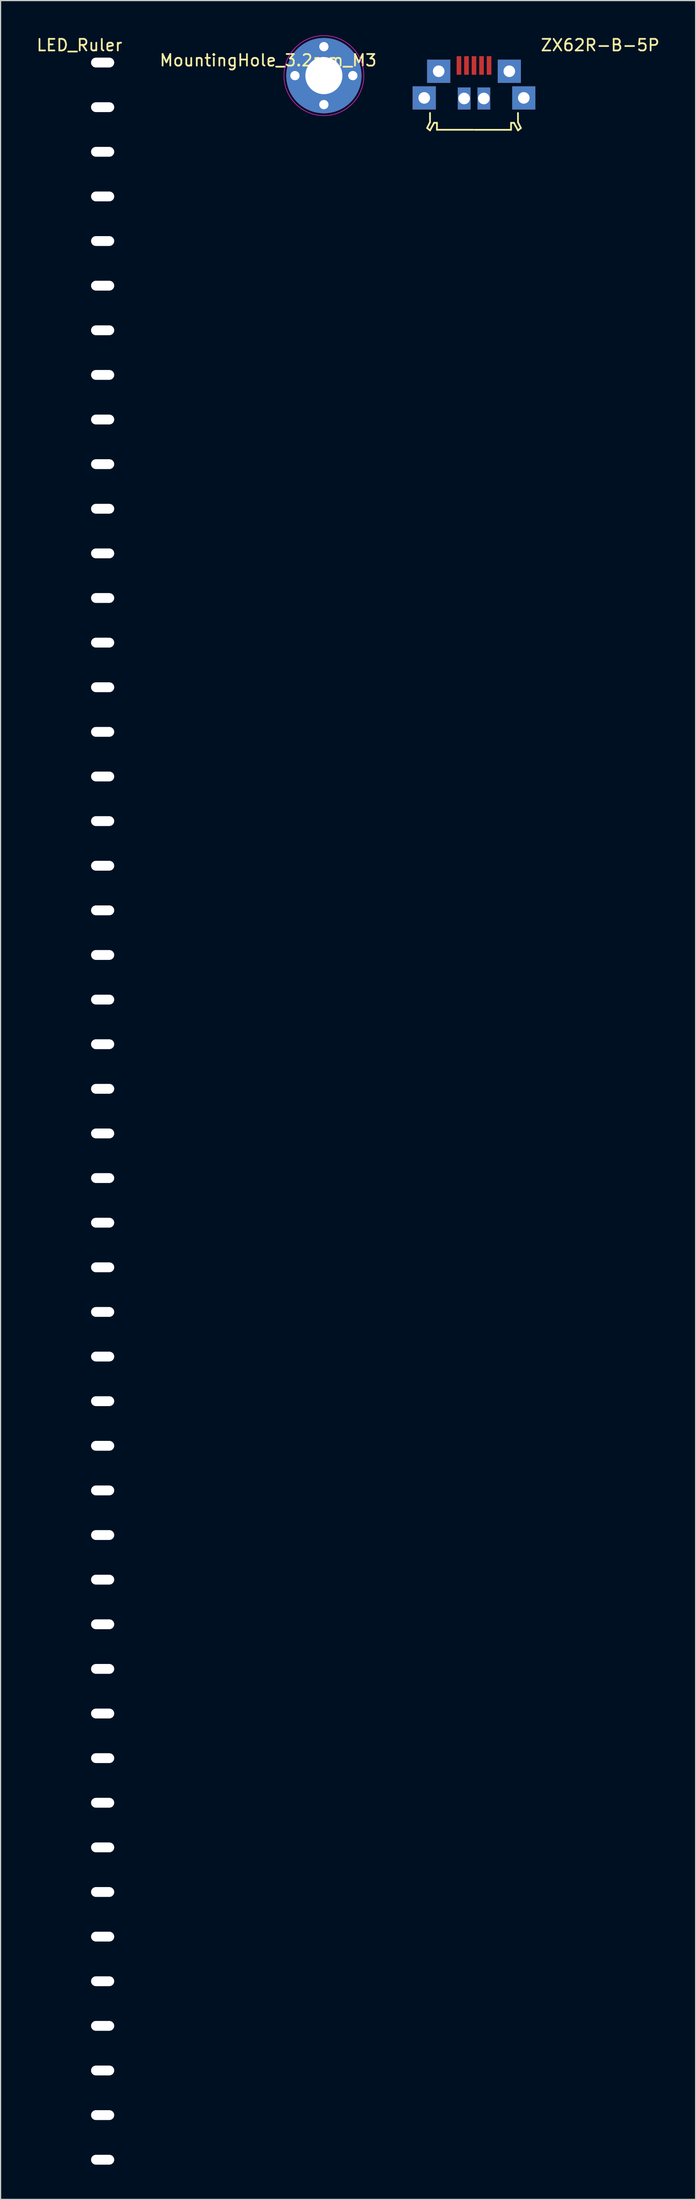
<source format=kicad_pcb>
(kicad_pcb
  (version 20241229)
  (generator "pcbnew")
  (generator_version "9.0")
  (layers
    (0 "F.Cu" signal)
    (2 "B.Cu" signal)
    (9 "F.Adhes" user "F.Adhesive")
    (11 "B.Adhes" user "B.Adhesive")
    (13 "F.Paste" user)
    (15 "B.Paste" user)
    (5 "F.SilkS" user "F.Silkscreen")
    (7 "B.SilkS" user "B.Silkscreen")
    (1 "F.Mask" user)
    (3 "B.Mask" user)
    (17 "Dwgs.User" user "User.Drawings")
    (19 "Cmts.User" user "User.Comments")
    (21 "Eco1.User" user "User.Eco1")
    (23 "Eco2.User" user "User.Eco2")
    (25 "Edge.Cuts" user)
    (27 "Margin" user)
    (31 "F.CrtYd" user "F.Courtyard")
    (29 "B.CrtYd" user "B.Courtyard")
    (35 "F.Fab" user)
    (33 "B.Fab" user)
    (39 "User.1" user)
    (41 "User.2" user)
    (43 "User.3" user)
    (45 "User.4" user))
  (footprint "MountingHole_3.2mm_M3"
    (layer "F.Cu")
    (at 24.928 3.475)
    (property "Reference" "MountingHole_3.2mm_M3" (at -4.815 -1.32 0) (layer "F.SilkS") (effects (font (size 1 1) (thickness 0.15))))
    (attr through_hole)
    (fp_circle (center 0 0) (end 3.45 0) (stroke (width 0.05) (type solid)) (fill no) (layer "F.CrtYd"))
    (pad "1" thru_hole circle (at -2.5 0 90) (size 1 1) (drill 0.8) (layers "*.Cu" "*.Mask"))
    (pad "1" thru_hole circle (at 0 -2.5) (size 1 1) (drill 0.8) (layers "*.Cu" "*.Mask"))
    (pad "1" thru_hole circle (at 0 0) (size 6.5 6.5) (drill 3.2) (layers "*.Cu" "*.Mask"))
    (pad "1" thru_hole circle (at 0 2.5) (size 1 1) (drill 0.8) (layers "*.Cu" "*.Mask"))
    (pad "1" thru_hole circle (at 2.5 0 90) (size 1 1) (drill 0.8) (layers "*.Cu" "*.Mask")))
  (footprint "ZX62R-B-5P"
    (layer "F.Cu")
    (at 37.895 5.398)
    (property "Reference" "ZX62R-B-5P" (at 10.9 -4.55 0) (layer "F.SilkS") (effects (font (size 1 1) (thickness 0.15))))
    (attr through_hole)
    (fp_line (start -4.05 2.6) (end -3.8 2.8) (stroke (width 0.15) (type solid)) (layer "F.SilkS"))
    (fp_line (start -3.8 1.3) (end -3.8 2.1) (stroke (width 0.15) (type solid)) (layer "F.SilkS"))
    (fp_line (start -3.8 2.1) (end -4.05 2.6) (stroke (width 0.15) (type solid)) (layer "F.SilkS"))
    (fp_line (start -3.8 2.8) (end -3.45 2.15) (stroke (width 0.15) (type solid)) (layer "F.SilkS"))
    (fp_line (start -3.45 2.15) (end -3.2 2.15) (stroke (width 0.15) (type solid)) (layer "F.SilkS"))
    (fp_line (start -3.2 2.15) (end -3.2 2.75) (stroke (width 0.15) (type solid)) (layer "F.SilkS"))
    (fp_line (start -3.2 2.75) (end -0.05 2.75) (stroke (width 0.15) (type solid)) (layer "F.SilkS"))
    (fp_line (start 3.2 2.151) (end 3.2 2.751) (stroke (width 0.15) (type solid)) (layer "F.SilkS"))
    (fp_line (start 3.2 2.751) (end 0.05 2.751) (stroke (width 0.15) (type solid)) (layer "F.SilkS"))
    (fp_line (start 3.45 2.151) (end 3.2 2.151) (stroke (width 0.15) (type solid)) (layer "F.SilkS"))
    (fp_line (start 3.8 1.301) (end 3.8 2.101) (stroke (width 0.15) (type solid)) (layer "F.SilkS"))
    (fp_line (start 3.8 2.101) (end 4.05 2.601) (stroke (width 0.15) (type solid)) (layer "F.SilkS"))
    (fp_line (start 3.8 2.801) (end 3.45 2.151) (stroke (width 0.15) (type solid)) (layer "F.SilkS"))
    (fp_line (start 4.05 2.601) (end 3.8 2.801) (stroke (width 0.15) (type solid)) (layer "F.SilkS"))
    (pad "1" smd rect (at 1.3 -2.8) (size 0.4 1.6) (layers "F.Cu" "F.Mask" "F.Paste"))
    (pad "2" smd rect (at 0.65 -2.8) (size 0.4 1.6) (layers "F.Cu" "F.Mask" "F.Paste"))
    (pad "3" smd rect (at 0 -2.8) (size 0.4 1.6) (layers "F.Cu" "F.Mask" "F.Paste"))
    (pad "4" smd rect (at -0.65 -2.8) (size 0.4 1.6) (layers "F.Cu" "F.Mask" "F.Paste"))
    (pad "5" smd rect (at -1.3 -2.8) (size 0.4 1.6) (layers "F.Cu" "F.Mask" "F.Paste"))
    (pad "6" thru_hole rect (at -4.3 0) (size 2 2) (drill 1) (layers "*.Cu" "*.Mask"))
    (pad "6" thru_hole rect (at -3.05 -2.3) (size 2 2) (drill 1) (layers "*.Cu" "*.Mask"))
    (pad "6" thru_hole rect (at -0.85 0.05) (size 1.1 1.9) (drill 1) (layers "*.Cu" "*.Mask"))
    (pad "6" thru_hole rect (at 0.85 0.05) (size 1.1 1.9) (drill 1) (layers "*.Cu" "*.Mask"))
    (pad "6" thru_hole rect (at 3.05 -2.3) (size 2 2) (drill 1) (layers "*.Cu" "*.Mask"))
    (pad "6" thru_hole rect (at 4.3 0) (size 2 2) (drill 1) (layers "*.Cu" "*.Mask")))
  (footprint "LED_Ruler"
    (layer "F.Cu")
    (at 6.315 2.348)
    (property "Reference" "LED_Ruler" (at -2.5 -1.5 0) (layer "F.SilkS") (effects (font (size 1 1) (thickness 0.15))))
    (attr through_hole)
    (pad "" np_thru_hole oval (at -0.5 0) (size 2 0.85) (drill oval 2 0.85) (layers "*.Cu" "*.Mask"))
    (pad "" np_thru_hole oval (at -0.5 3.85) (size 2 0.85) (drill oval 2 0.85) (layers "*.Cu" "*.Mask"))
    (pad "" np_thru_hole oval (at -0.5 7.7) (size 2 0.85) (drill oval 2 0.85) (layers "*.Cu" "*.Mask"))
    (pad "" np_thru_hole oval (at -0.5 11.55) (size 2 0.85) (drill oval 2 0.85) (layers "*.Cu" "*.Mask"))
    (pad "" np_thru_hole oval (at -0.5 15.4) (size 2 0.85) (drill oval 2 0.85) (layers "*.Cu" "*.Mask"))
    (pad "" np_thru_hole oval (at -0.5 19.25) (size 2 0.85) (drill oval 2 0.85) (layers "*.Cu" "*.Mask"))
    (pad "" np_thru_hole oval (at -0.5 23.1) (size 2 0.85) (drill oval 2 0.85) (layers "*.Cu" "*.Mask"))
    (pad "" np_thru_hole oval (at -0.5 26.95) (size 2 0.85) (drill oval 2 0.85) (layers "*.Cu" "*.Mask"))
    (pad "" np_thru_hole oval (at -0.5 30.8) (size 2 0.85) (drill oval 2 0.85) (layers "*.Cu" "*.Mask"))
    (pad "" np_thru_hole oval (at -0.5 34.65) (size 2 0.85) (drill oval 2 0.85) (layers "*.Cu" "*.Mask"))
    (pad "" np_thru_hole oval (at -0.5 38.5) (size 2 0.85) (drill oval 2 0.85) (layers "*.Cu" "*.Mask"))
    (pad "" np_thru_hole oval (at -0.5 42.35) (size 2 0.85) (drill oval 2 0.85) (layers "*.Cu" "*.Mask"))
    (pad "" np_thru_hole oval (at -0.5 46.2) (size 2 0.85) (drill oval 2 0.85) (layers "*.Cu" "*.Mask"))
    (pad "" np_thru_hole oval (at -0.5 50.05) (size 2 0.85) (drill oval 2 0.85) (layers "*.Cu" "*.Mask"))
    (pad "" np_thru_hole oval (at -0.5 53.9) (size 2 0.85) (drill oval 2 0.85) (layers "*.Cu" "*.Mask"))
    (pad "" np_thru_hole oval (at -0.5 57.75) (size 2 0.85) (drill oval 2 0.85) (layers "*.Cu" "*.Mask"))
    (pad "" np_thru_hole oval (at -0.5 61.6) (size 2 0.85) (drill oval 2 0.85) (layers "*.Cu" "*.Mask"))
    (pad "" np_thru_hole oval (at -0.5 65.45) (size 2 0.85) (drill oval 2 0.85) (layers "*.Cu" "*.Mask"))
    (pad "" np_thru_hole oval (at -0.5 69.3) (size 2 0.85) (drill oval 2 0.85) (layers "*.Cu" "*.Mask"))
    (pad "" np_thru_hole oval (at -0.5 73.15) (size 2 0.85) (drill oval 2 0.85) (layers "*.Cu" "*.Mask"))
    (pad "" np_thru_hole oval (at -0.5 77) (size 2 0.85) (drill oval 2 0.85) (layers "*.Cu" "*.Mask"))
    (pad "" np_thru_hole oval (at -0.5 80.85) (size 2 0.85) (drill oval 2 0.85) (layers "*.Cu" "*.Mask"))
    (pad "" np_thru_hole oval (at -0.5 84.7) (size 2 0.85) (drill oval 2 0.85) (layers "*.Cu" "*.Mask"))
    (pad "" np_thru_hole oval (at -0.5 88.55) (size 2 0.85) (drill oval 2 0.85) (layers "*.Cu" "*.Mask"))
    (pad "" np_thru_hole oval (at -0.5 92.4) (size 2 0.85) (drill oval 2 0.85) (layers "*.Cu" "*.Mask"))
    (pad "" np_thru_hole oval (at -0.5 96.25) (size 2 0.85) (drill oval 2 0.85) (layers "*.Cu" "*.Mask"))
    (pad "" np_thru_hole oval (at -0.5 100.1) (size 2 0.85) (drill oval 2 0.85) (layers "*.Cu" "*.Mask"))
    (pad "" np_thru_hole oval (at -0.5 103.95) (size 2 0.85) (drill oval 2 0.85) (layers "*.Cu" "*.Mask"))
    (pad "" np_thru_hole oval (at -0.5 107.8) (size 2 0.85) (drill oval 2 0.85) (layers "*.Cu" "*.Mask"))
    (pad "" np_thru_hole oval (at -0.5 111.65) (size 2 0.85) (drill oval 2 0.85) (layers "*.Cu" "*.Mask"))
    (pad "" np_thru_hole oval (at -0.5 115.5) (size 2 0.85) (drill oval 2 0.85) (layers "*.Cu" "*.Mask"))
    (pad "" np_thru_hole oval (at -0.5 119.35) (size 2 0.85) (drill oval 2 0.85) (layers "*.Cu" "*.Mask"))
    (pad "" np_thru_hole oval (at -0.5 123.2) (size 2 0.85) (drill oval 2 0.85) (layers "*.Cu" "*.Mask"))
    (pad "" np_thru_hole oval (at -0.5 127.05) (size 2 0.85) (drill oval 2 0.85) (layers "*.Cu" "*.Mask"))
    (pad "" np_thru_hole oval (at -0.5 130.9) (size 2 0.85) (drill oval 2 0.85) (layers "*.Cu" "*.Mask"))
    (pad "" np_thru_hole oval (at -0.5 134.75) (size 2 0.85) (drill oval 2 0.85) (layers "*.Cu" "*.Mask"))
    (pad "" np_thru_hole oval (at -0.5 138.6) (size 2 0.85) (drill oval 2 0.85) (layers "*.Cu" "*.Mask"))
    (pad "" np_thru_hole oval (at -0.5 142.45) (size 2 0.85) (drill oval 2 0.85) (layers "*.Cu" "*.Mask"))
    (pad "" np_thru_hole oval (at -0.5 146.3) (size 2 0.85) (drill oval 2 0.85) (layers "*.Cu" "*.Mask"))
    (pad "" np_thru_hole oval (at -0.5 150.15) (size 2 0.85) (drill oval 2 0.85) (layers "*.Cu" "*.Mask"))
    (pad "" np_thru_hole oval (at -0.5 154) (size 2 0.85) (drill oval 2 0.85) (layers "*.Cu" "*.Mask"))
    (pad "" np_thru_hole oval (at -0.5 157.85) (size 2 0.85) (drill oval 2 0.85) (layers "*.Cu" "*.Mask"))
    (pad "" np_thru_hole oval (at -0.5 161.7) (size 2 0.85) (drill oval 2 0.85) (layers "*.Cu" "*.Mask"))
    (pad "" np_thru_hole oval (at -0.5 165.55) (size 2 0.85) (drill oval 2 0.85) (layers "*.Cu" "*.Mask"))
    (pad "" np_thru_hole oval (at -0.5 169.4) (size 2 0.85) (drill oval 2 0.85) (layers "*.Cu" "*.Mask"))
    (pad "" np_thru_hole oval (at -0.5 173.25) (size 2 0.85) (drill oval 2 0.85) (layers "*.Cu" "*.Mask"))
    (pad "" np_thru_hole oval (at -0.5 177.1) (size 2 0.85) (drill oval 2 0.85) (layers "*.Cu" "*.Mask"))
    (pad "" np_thru_hole oval (at -0.5 180.95) (size 2 0.85) (drill oval 2 0.85) (layers "*.Cu" "*.Mask")))
  (gr_rect
    (start -3 -3)
    (end 57.039 186.723)
    (stroke (width 0.1) (type default))
    (fill no)
    (layer "Edge.Cuts")))
</source>
